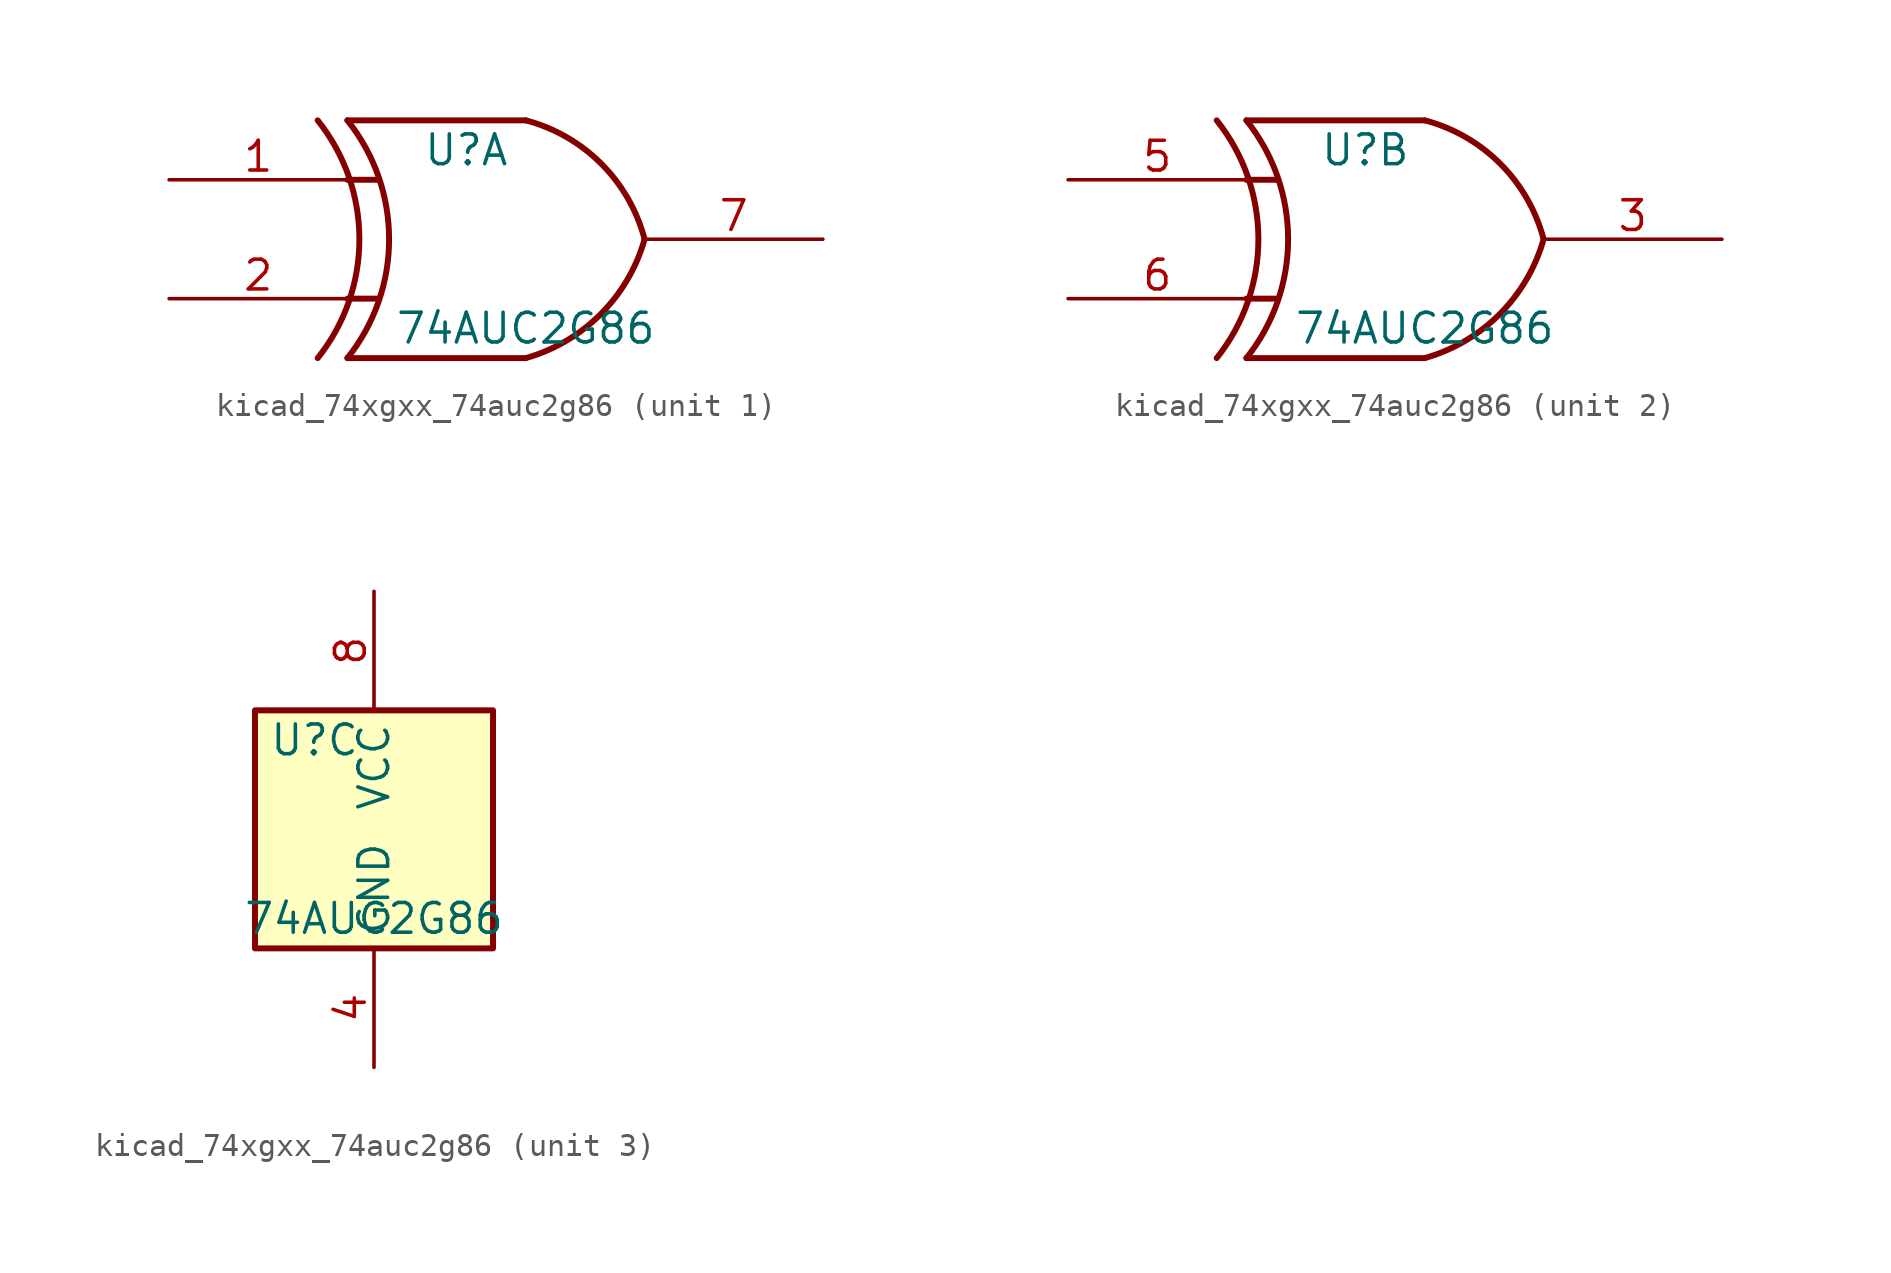
<source format=kicad_sym>
(kicad_symbol_lib
  (version 20220914)
  (generator kicad_symbol_editor)
  (symbol "kicad_74xgxx_74auc2g86"
    (property "Reference" "U"
      (at -2.54 3.81 0)
      (effects (font (size 1.27 1.27))))
    (property "Value" "74AUC2G86"
      (at 0 -3.81 0)
      (effects (font (size 1.27 1.27))))
    (symbol "kicad_74xgxx_74auc2g86_1_1"
      (arc (start -8.89 -5.08) (mid -7.108 0) (end -8.89 5.08) (stroke (width 0.254) (type default)) (fill (type none)))
      (arc (start -7.62 -5.08) (mid -5.838 0) (end -7.62 5.08) (stroke (width 0.254) (type default)) (fill (type none)))
      (arc (start 0 -5.08) (mid 3.1986 -3.2054) (end 5.08 0) (stroke (width 0.254) (type default)) (fill (type none)))
      (polyline (pts (xy -7.62 -2.54) (xy -6.35 -2.54)) (stroke (width 0.254) (type default)) (fill (type background)))
      (polyline (pts (xy -7.62 2.54) (xy -6.35 2.54)) (stroke (width 0.254) (type default)) (fill (type background)))
      (polyline (pts (xy 0 -5.08) (xy -7.62 -5.08)) (stroke (width 0.254) (type default)) (fill (type background)))
      (polyline (pts (xy 0 5.08) (xy -7.62 5.08)) (stroke (width 0.254) (type default)) (fill (type background)))
      (arc (start 5.08 0) (mid 3.2238 3.2304) (end 0 5.08) (stroke (width 0.254) (type default)) (fill (type none)))
      (pin input line (at -15.24 2.54 0) (length 7.62) (name "~" (effects (font (size 1.27 1.27)))) (number "1" (effects (font (size 1.27 1.27)))))
      (pin input line (at -15.24 -2.54 0) (length 7.62) (name "~" (effects (font (size 1.27 1.27)))) (number "2" (effects (font (size 1.27 1.27)))))
      (pin output line (at 12.7 0 180) (length 7.62) (name "~" (effects (font (size 1.27 1.27)))) (number "7" (effects (font (size 1.27 1.27))))))
    (symbol "kicad_74xgxx_74auc2g86_2_1"
      (arc (start -8.89 -5.08) (mid -7.108 0) (end -8.89 5.08) (stroke (width 0.254) (type default)) (fill (type none)))
      (arc (start -7.62 -5.08) (mid -5.838 0) (end -7.62 5.08) (stroke (width 0.254) (type default)) (fill (type none)))
      (arc (start 0 -5.08) (mid 3.1986 -3.2054) (end 5.08 0) (stroke (width 0.254) (type default)) (fill (type none)))
      (polyline (pts (xy -7.62 -2.54) (xy -6.35 -2.54)) (stroke (width 0.254) (type default)) (fill (type background)))
      (polyline (pts (xy -7.62 2.54) (xy -6.35 2.54)) (stroke (width 0.254) (type default)) (fill (type background)))
      (polyline (pts (xy 0 -5.08) (xy -7.62 -5.08)) (stroke (width 0.254) (type default)) (fill (type background)))
      (polyline (pts (xy 0 5.08) (xy -7.62 5.08)) (stroke (width 0.254) (type default)) (fill (type background)))
      (arc (start 5.08 0) (mid 3.2238 3.2304) (end 0 5.08) (stroke (width 0.254) (type default)) (fill (type none)))
      (pin output line (at 12.7 0 180) (length 7.62) (name "~" (effects (font (size 1.27 1.27)))) (number "3" (effects (font (size 1.27 1.27)))))
      (pin input line (at -15.24 2.54 0) (length 7.62) (name "~" (effects (font (size 1.27 1.27)))) (number "5" (effects (font (size 1.27 1.27)))))
      (pin input line (at -15.24 -2.54 0) (length 7.62) (name "~" (effects (font (size 1.27 1.27)))) (number "6" (effects (font (size 1.27 1.27))))))
    (symbol "kicad_74xgxx_74auc2g86_3_0"
      (rectangle (start -5.08 -5.08) (end 5.08 5.08) (stroke (width 0.254) (type default)) (fill (type background))))
    (symbol "kicad_74xgxx_74auc2g86_3_1"
      (pin power_in line (at 0 -10.16 90) (length 5.08) (name "GND" (effects (font (size 1.27 1.27)))) (number "4" (effects (font (size 1.27 1.27)))))
      (pin power_in line (at 0 10.16 270) (length 5.08) (name "VCC" (effects (font (size 1.27 1.27)))) (number "8" (effects (font (size 1.27 1.27))))))))
</source>
